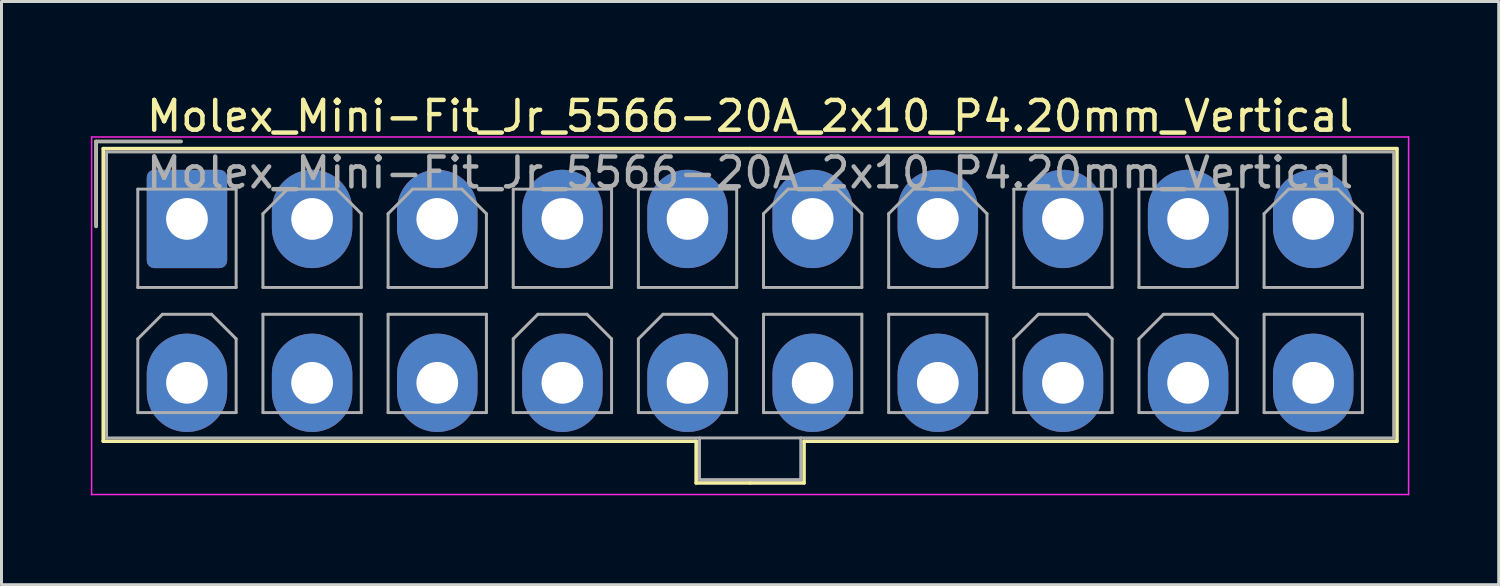
<source format=kicad_pcb>
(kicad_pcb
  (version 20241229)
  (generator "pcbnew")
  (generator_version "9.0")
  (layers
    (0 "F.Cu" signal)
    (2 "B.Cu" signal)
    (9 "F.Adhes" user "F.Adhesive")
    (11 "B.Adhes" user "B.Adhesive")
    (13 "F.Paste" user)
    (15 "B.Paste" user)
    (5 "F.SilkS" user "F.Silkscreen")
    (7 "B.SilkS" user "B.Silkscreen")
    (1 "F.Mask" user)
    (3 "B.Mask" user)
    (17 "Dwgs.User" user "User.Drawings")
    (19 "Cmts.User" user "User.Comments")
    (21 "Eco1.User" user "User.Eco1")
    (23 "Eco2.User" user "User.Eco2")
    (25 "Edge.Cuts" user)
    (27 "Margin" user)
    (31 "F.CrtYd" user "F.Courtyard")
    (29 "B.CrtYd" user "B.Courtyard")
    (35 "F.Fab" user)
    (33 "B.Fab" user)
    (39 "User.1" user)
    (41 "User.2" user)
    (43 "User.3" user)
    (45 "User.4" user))
  (footprint "Molex_Mini-Fit_Jr_5566-20A_2x10_P4.20mm_Vertical"
    (layer "F.Cu")
    (at 3.225 4.298)
    (property "Reference" "Molex_Mini-Fit_Jr_5566-20A_2x10_P4.20mm_Vertical" (at 18.9 -3.45 0) (layer "F.SilkS") (effects (font (size 1 1) (thickness 0.15))))
    (attr through_hole)
    (fp_line (start -3.05 -2.6) (end -3.05 0.25) (stroke (width 0.12) (type solid)) (layer "F.SilkS"))
    (fp_line (start -2.81 -2.36) (end -2.81 7.46) (stroke (width 0.12) (type solid)) (layer "F.SilkS"))
    (fp_line (start -2.81 7.46) (end 17.09 7.46) (stroke (width 0.12) (type solid)) (layer "F.SilkS"))
    (fp_line (start -0.2 -2.6) (end -3.05 -2.6) (stroke (width 0.12) (type solid)) (layer "F.SilkS"))
    (fp_line (start 17.09 7.46) (end 17.09 8.86) (stroke (width 0.12) (type solid)) (layer "F.SilkS"))
    (fp_line (start 17.09 8.86) (end 18.9 8.86) (stroke (width 0.12) (type solid)) (layer "F.SilkS"))
    (fp_line (start 18.9 -2.36) (end -2.81 -2.36) (stroke (width 0.12) (type solid)) (layer "F.SilkS"))
    (fp_line (start 18.9 -2.36) (end 40.61 -2.36) (stroke (width 0.12) (type solid)) (layer "F.SilkS"))
    (fp_line (start 20.71 7.46) (end 20.71 8.86) (stroke (width 0.12) (type solid)) (layer "F.SilkS"))
    (fp_line (start 20.71 8.86) (end 18.9 8.86) (stroke (width 0.12) (type solid)) (layer "F.SilkS"))
    (fp_line (start 40.61 -2.36) (end 40.61 7.46) (stroke (width 0.12) (type solid)) (layer "F.SilkS"))
    (fp_line (start 40.61 7.46) (end 20.71 7.46) (stroke (width 0.12) (type solid)) (layer "F.SilkS"))
    (fp_line (start -3.2 -2.75) (end -3.2 9.25) (stroke (width 0.05) (type solid)) (layer "F.CrtYd"))
    (fp_line (start -3.2 9.25) (end 41 9.25) (stroke (width 0.05) (type solid)) (layer "F.CrtYd"))
    (fp_line (start 41 -2.75) (end -3.2 -2.75) (stroke (width 0.05) (type solid)) (layer "F.CrtYd"))
    (fp_line (start 41 9.25) (end 41 -2.75) (stroke (width 0.05) (type solid)) (layer "F.CrtYd"))
    (fp_line (start -3.05 -2.6) (end -3.05 0.25) (stroke (width 0.1) (type solid)) (layer "F.Fab"))
    (fp_line (start -2.7 -2.25) (end -2.7 7.35) (stroke (width 0.1) (type solid)) (layer "F.Fab"))
    (fp_line (start -2.7 7.35) (end 40.5 7.35) (stroke (width 0.1) (type solid)) (layer "F.Fab"))
    (fp_line (start -1.65 -1) (end -1.65 2.3) (stroke (width 0.1) (type solid)) (layer "F.Fab"))
    (fp_line (start -1.65 2.3) (end 1.65 2.3) (stroke (width 0.1) (type solid)) (layer "F.Fab"))
    (fp_line (start -1.65 4.025) (end -0.825 3.2) (stroke (width 0.1) (type solid)) (layer "F.Fab"))
    (fp_line (start -1.65 6.5) (end -1.65 4.025) (stroke (width 0.1) (type solid)) (layer "F.Fab"))
    (fp_line (start -0.825 3.2) (end 0.825 3.2) (stroke (width 0.1) (type solid)) (layer "F.Fab"))
    (fp_line (start -0.2 -2.6) (end -3.05 -2.6) (stroke (width 0.1) (type solid)) (layer "F.Fab"))
    (fp_line (start 0.825 3.2) (end 1.65 4.025) (stroke (width 0.1) (type solid)) (layer "F.Fab"))
    (fp_line (start 1.65 -1) (end -1.65 -1) (stroke (width 0.1) (type solid)) (layer "F.Fab"))
    (fp_line (start 1.65 2.3) (end 1.65 -1) (stroke (width 0.1) (type solid)) (layer "F.Fab"))
    (fp_line (start 1.65 4.025) (end 1.65 6.5) (stroke (width 0.1) (type solid)) (layer "F.Fab"))
    (fp_line (start 1.65 6.5) (end -1.65 6.5) (stroke (width 0.1) (type solid)) (layer "F.Fab"))
    (fp_line (start 2.55 -0.175) (end 3.375 -1) (stroke (width 0.1) (type solid)) (layer "F.Fab"))
    (fp_line (start 2.55 2.3) (end 2.55 -0.175) (stroke (width 0.1) (type solid)) (layer "F.Fab"))
    (fp_line (start 2.55 3.2) (end 2.55 6.5) (stroke (width 0.1) (type solid)) (layer "F.Fab"))
    (fp_line (start 2.55 6.5) (end 5.85 6.5) (stroke (width 0.1) (type solid)) (layer "F.Fab"))
    (fp_line (start 3.375 -1) (end 5.025 -1) (stroke (width 0.1) (type solid)) (layer "F.Fab"))
    (fp_line (start 5.025 -1) (end 5.85 -0.175) (stroke (width 0.1) (type solid)) (layer "F.Fab"))
    (fp_line (start 5.85 -0.175) (end 5.85 2.3) (stroke (width 0.1) (type solid)) (layer "F.Fab"))
    (fp_line (start 5.85 2.3) (end 2.55 2.3) (stroke (width 0.1) (type solid)) (layer "F.Fab"))
    (fp_line (start 5.85 3.2) (end 2.55 3.2) (stroke (width 0.1) (type solid)) (layer "F.Fab"))
    (fp_line (start 5.85 6.5) (end 5.85 3.2) (stroke (width 0.1) (type solid)) (layer "F.Fab"))
    (fp_line (start 6.75 -0.175) (end 7.575 -1) (stroke (width 0.1) (type solid)) (layer "F.Fab"))
    (fp_line (start 6.75 2.3) (end 6.75 -0.175) (stroke (width 0.1) (type solid)) (layer "F.Fab"))
    (fp_line (start 6.75 3.2) (end 6.75 6.5) (stroke (width 0.1) (type solid)) (layer "F.Fab"))
    (fp_line (start 6.75 6.5) (end 10.05 6.5) (stroke (width 0.1) (type solid)) (layer "F.Fab"))
    (fp_line (start 7.575 -1) (end 9.225 -1) (stroke (width 0.1) (type solid)) (layer "F.Fab"))
    (fp_line (start 9.225 -1) (end 10.05 -0.175) (stroke (width 0.1) (type solid)) (layer "F.Fab"))
    (fp_line (start 10.05 -0.175) (end 10.05 2.3) (stroke (width 0.1) (type solid)) (layer "F.Fab"))
    (fp_line (start 10.05 2.3) (end 6.75 2.3) (stroke (width 0.1) (type solid)) (layer "F.Fab"))
    (fp_line (start 10.05 3.2) (end 6.75 3.2) (stroke (width 0.1) (type solid)) (layer "F.Fab"))
    (fp_line (start 10.05 6.5) (end 10.05 3.2) (stroke (width 0.1) (type solid)) (layer "F.Fab"))
    (fp_line (start 10.95 -1) (end 10.95 2.3) (stroke (width 0.1) (type solid)) (layer "F.Fab"))
    (fp_line (start 10.95 2.3) (end 14.25 2.3) (stroke (width 0.1) (type solid)) (layer "F.Fab"))
    (fp_line (start 10.95 4.025) (end 11.775 3.2) (stroke (width 0.1) (type solid)) (layer "F.Fab"))
    (fp_line (start 10.95 6.5) (end 10.95 4.025) (stroke (width 0.1) (type solid)) (layer "F.Fab"))
    (fp_line (start 11.775 3.2) (end 13.425 3.2) (stroke (width 0.1) (type solid)) (layer "F.Fab"))
    (fp_line (start 13.425 3.2) (end 14.25 4.025) (stroke (width 0.1) (type solid)) (layer "F.Fab"))
    (fp_line (start 14.25 -1) (end 10.95 -1) (stroke (width 0.1) (type solid)) (layer "F.Fab"))
    (fp_line (start 14.25 2.3) (end 14.25 -1) (stroke (width 0.1) (type solid)) (layer "F.Fab"))
    (fp_line (start 14.25 4.025) (end 14.25 6.5) (stroke (width 0.1) (type solid)) (layer "F.Fab"))
    (fp_line (start 14.25 6.5) (end 10.95 6.5) (stroke (width 0.1) (type solid)) (layer "F.Fab"))
    (fp_line (start 15.15 -1) (end 15.15 2.3) (stroke (width 0.1) (type solid)) (layer "F.Fab"))
    (fp_line (start 15.15 2.3) (end 18.45 2.3) (stroke (width 0.1) (type solid)) (layer "F.Fab"))
    (fp_line (start 15.15 4.025) (end 15.975 3.2) (stroke (width 0.1) (type solid)) (layer "F.Fab"))
    (fp_line (start 15.15 6.5) (end 15.15 4.025) (stroke (width 0.1) (type solid)) (layer "F.Fab"))
    (fp_line (start 15.975 3.2) (end 17.625 3.2) (stroke (width 0.1) (type solid)) (layer "F.Fab"))
    (fp_line (start 17.2 7.35) (end 17.2 8.75) (stroke (width 0.1) (type solid)) (layer "F.Fab"))
    (fp_line (start 17.2 8.75) (end 20.6 8.75) (stroke (width 0.1) (type solid)) (layer "F.Fab"))
    (fp_line (start 17.625 3.2) (end 18.45 4.025) (stroke (width 0.1) (type solid)) (layer "F.Fab"))
    (fp_line (start 18.45 -1) (end 15.15 -1) (stroke (width 0.1) (type solid)) (layer "F.Fab"))
    (fp_line (start 18.45 2.3) (end 18.45 -1) (stroke (width 0.1) (type solid)) (layer "F.Fab"))
    (fp_line (start 18.45 4.025) (end 18.45 6.5) (stroke (width 0.1) (type solid)) (layer "F.Fab"))
    (fp_line (start 18.45 6.5) (end 15.15 6.5) (stroke (width 0.1) (type solid)) (layer "F.Fab"))
    (fp_line (start 19.35 -0.175) (end 20.175 -1) (stroke (width 0.1) (type solid)) (layer "F.Fab"))
    (fp_line (start 19.35 2.3) (end 19.35 -0.175) (stroke (width 0.1) (type solid)) (layer "F.Fab"))
    (fp_line (start 19.35 3.2) (end 19.35 6.5) (stroke (width 0.1) (type solid)) (layer "F.Fab"))
    (fp_line (start 19.35 6.5) (end 22.65 6.5) (stroke (width 0.1) (type solid)) (layer "F.Fab"))
    (fp_line (start 20.175 -1) (end 21.825 -1) (stroke (width 0.1) (type solid)) (layer "F.Fab"))
    (fp_line (start 20.6 8.75) (end 20.6 7.35) (stroke (width 0.1) (type solid)) (layer "F.Fab"))
    (fp_line (start 21.825 -1) (end 22.65 -0.175) (stroke (width 0.1) (type solid)) (layer "F.Fab"))
    (fp_line (start 22.65 -0.175) (end 22.65 2.3) (stroke (width 0.1) (type solid)) (layer "F.Fab"))
    (fp_line (start 22.65 2.3) (end 19.35 2.3) (stroke (width 0.1) (type solid)) (layer "F.Fab"))
    (fp_line (start 22.65 3.2) (end 19.35 3.2) (stroke (width 0.1) (type solid)) (layer "F.Fab"))
    (fp_line (start 22.65 6.5) (end 22.65 3.2) (stroke (width 0.1) (type solid)) (layer "F.Fab"))
    (fp_line (start 23.55 -0.175) (end 24.375 -1) (stroke (width 0.1) (type solid)) (layer "F.Fab"))
    (fp_line (start 23.55 2.3) (end 23.55 -0.175) (stroke (width 0.1) (type solid)) (layer "F.Fab"))
    (fp_line (start 23.55 3.2) (end 23.55 6.5) (stroke (width 0.1) (type solid)) (layer "F.Fab"))
    (fp_line (start 23.55 6.5) (end 26.85 6.5) (stroke (width 0.1) (type solid)) (layer "F.Fab"))
    (fp_line (start 24.375 -1) (end 26.025 -1) (stroke (width 0.1) (type solid)) (layer "F.Fab"))
    (fp_line (start 26.025 -1) (end 26.85 -0.175) (stroke (width 0.1) (type solid)) (layer "F.Fab"))
    (fp_line (start 26.85 -0.175) (end 26.85 2.3) (stroke (width 0.1) (type solid)) (layer "F.Fab"))
    (fp_line (start 26.85 2.3) (end 23.55 2.3) (stroke (width 0.1) (type solid)) (layer "F.Fab"))
    (fp_line (start 26.85 3.2) (end 23.55 3.2) (stroke (width 0.1) (type solid)) (layer "F.Fab"))
    (fp_line (start 26.85 6.5) (end 26.85 3.2) (stroke (width 0.1) (type solid)) (layer "F.Fab"))
    (fp_line (start 27.75 -1) (end 27.75 2.3) (stroke (width 0.1) (type solid)) (layer "F.Fab"))
    (fp_line (start 27.75 2.3) (end 31.05 2.3) (stroke (width 0.1) (type solid)) (layer "F.Fab"))
    (fp_line (start 27.75 4.025) (end 28.575 3.2) (stroke (width 0.1) (type solid)) (layer "F.Fab"))
    (fp_line (start 27.75 6.5) (end 27.75 4.025) (stroke (width 0.1) (type solid)) (layer "F.Fab"))
    (fp_line (start 28.575 3.2) (end 30.225 3.2) (stroke (width 0.1) (type solid)) (layer "F.Fab"))
    (fp_line (start 30.225 3.2) (end 31.05 4.025) (stroke (width 0.1) (type solid)) (layer "F.Fab"))
    (fp_line (start 31.05 -1) (end 27.75 -1) (stroke (width 0.1) (type solid)) (layer "F.Fab"))
    (fp_line (start 31.05 2.3) (end 31.05 -1) (stroke (width 0.1) (type solid)) (layer "F.Fab"))
    (fp_line (start 31.05 4.025) (end 31.05 6.5) (stroke (width 0.1) (type solid)) (layer "F.Fab"))
    (fp_line (start 31.05 6.5) (end 27.75 6.5) (stroke (width 0.1) (type solid)) (layer "F.Fab"))
    (fp_line (start 31.95 -1) (end 31.95 2.3) (stroke (width 0.1) (type solid)) (layer "F.Fab"))
    (fp_line (start 31.95 2.3) (end 35.25 2.3) (stroke (width 0.1) (type solid)) (layer "F.Fab"))
    (fp_line (start 31.95 4.025) (end 32.775 3.2) (stroke (width 0.1) (type solid)) (layer "F.Fab"))
    (fp_line (start 31.95 6.5) (end 31.95 4.025) (stroke (width 0.1) (type solid)) (layer "F.Fab"))
    (fp_line (start 32.775 3.2) (end 34.425 3.2) (stroke (width 0.1) (type solid)) (layer "F.Fab"))
    (fp_line (start 34.425 3.2) (end 35.25 4.025) (stroke (width 0.1) (type solid)) (layer "F.Fab"))
    (fp_line (start 35.25 -1) (end 31.95 -1) (stroke (width 0.1) (type solid)) (layer "F.Fab"))
    (fp_line (start 35.25 2.3) (end 35.25 -1) (stroke (width 0.1) (type solid)) (layer "F.Fab"))
    (fp_line (start 35.25 4.025) (end 35.25 6.5) (stroke (width 0.1) (type solid)) (layer "F.Fab"))
    (fp_line (start 35.25 6.5) (end 31.95 6.5) (stroke (width 0.1) (type solid)) (layer "F.Fab"))
    (fp_line (start 36.15 -0.175) (end 36.975 -1) (stroke (width 0.1) (type solid)) (layer "F.Fab"))
    (fp_line (start 36.15 2.3) (end 36.15 -0.175) (stroke (width 0.1) (type solid)) (layer "F.Fab"))
    (fp_line (start 36.15 3.2) (end 36.15 6.5) (stroke (width 0.1) (type solid)) (layer "F.Fab"))
    (fp_line (start 36.15 6.5) (end 39.45 6.5) (stroke (width 0.1) (type solid)) (layer "F.Fab"))
    (fp_line (start 36.975 -1) (end 38.625 -1) (stroke (width 0.1) (type solid)) (layer "F.Fab"))
    (fp_line (start 38.625 -1) (end 39.45 -0.175) (stroke (width 0.1) (type solid)) (layer "F.Fab"))
    (fp_line (start 39.45 -0.175) (end 39.45 2.3) (stroke (width 0.1) (type solid)) (layer "F.Fab"))
    (fp_line (start 39.45 2.3) (end 36.15 2.3) (stroke (width 0.1) (type solid)) (layer "F.Fab"))
    (fp_line (start 39.45 3.2) (end 36.15 3.2) (stroke (width 0.1) (type solid)) (layer "F.Fab"))
    (fp_line (start 39.45 6.5) (end 39.45 3.2) (stroke (width 0.1) (type solid)) (layer "F.Fab"))
    (fp_line (start 40.5 -2.25) (end -2.7 -2.25) (stroke (width 0.1) (type solid)) (layer "F.Fab"))
    (fp_line (start 40.5 7.35) (end 40.5 -2.25) (stroke (width 0.1) (type solid)) (layer "F.Fab"))
    (fp_text user "${REFERENCE}" (at 18.9 -1.55 0) (layer "F.Fab") (effects (font (size 1 1) (thickness 0.15))))
    (pad "1" thru_hole roundrect (at 0 0) (size 2.7 3.3) (drill 1.4) (layers "*.Cu" "*.Mask") (roundrect_rratio 0.093))
    (pad "2" thru_hole oval (at 4.2 0) (size 2.7 3.3) (drill 1.4) (layers "*.Cu" "*.Mask"))
    (pad "3" thru_hole oval (at 8.4 0) (size 2.7 3.3) (drill 1.4) (layers "*.Cu" "*.Mask"))
    (pad "4" thru_hole oval (at 12.6 0) (size 2.7 3.3) (drill 1.4) (layers "*.Cu" "*.Mask"))
    (pad "5" thru_hole oval (at 16.8 0) (size 2.7 3.3) (drill 1.4) (layers "*.Cu" "*.Mask"))
    (pad "6" thru_hole oval (at 21 0) (size 2.7 3.3) (drill 1.4) (layers "*.Cu" "*.Mask"))
    (pad "7" thru_hole oval (at 25.2 0) (size 2.7 3.3) (drill 1.4) (layers "*.Cu" "*.Mask"))
    (pad "8" thru_hole oval (at 29.4 0) (size 2.7 3.3) (drill 1.4) (layers "*.Cu" "*.Mask"))
    (pad "9" thru_hole oval (at 33.6 0) (size 2.7 3.3) (drill 1.4) (layers "*.Cu" "*.Mask"))
    (pad "10" thru_hole oval (at 37.8 0) (size 2.7 3.3) (drill 1.4) (layers "*.Cu" "*.Mask"))
    (pad "11" thru_hole oval (at 0 5.5) (size 2.7 3.3) (drill 1.4) (layers "*.Cu" "*.Mask"))
    (pad "12" thru_hole oval (at 4.2 5.5) (size 2.7 3.3) (drill 1.4) (layers "*.Cu" "*.Mask"))
    (pad "13" thru_hole oval (at 8.4 5.5) (size 2.7 3.3) (drill 1.4) (layers "*.Cu" "*.Mask"))
    (pad "14" thru_hole oval (at 12.6 5.5) (size 2.7 3.3) (drill 1.4) (layers "*.Cu" "*.Mask"))
    (pad "15" thru_hole oval (at 16.8 5.5) (size 2.7 3.3) (drill 1.4) (layers "*.Cu" "*.Mask"))
    (pad "16" thru_hole oval (at 21 5.5) (size 2.7 3.3) (drill 1.4) (layers "*.Cu" "*.Mask"))
    (pad "17" thru_hole oval (at 25.2 5.5) (size 2.7 3.3) (drill 1.4) (layers "*.Cu" "*.Mask"))
    (pad "18" thru_hole oval (at 29.4 5.5) (size 2.7 3.3) (drill 1.4) (layers "*.Cu" "*.Mask"))
    (pad "19" thru_hole oval (at 33.6 5.5) (size 2.7 3.3) (drill 1.4) (layers "*.Cu" "*.Mask"))
    (pad "20" thru_hole oval (at 37.8 5.5) (size 2.7 3.3) (drill 1.4) (layers "*.Cu" "*.Mask")))
  (gr_rect
    (start -3 -3)
    (end 47.25 16.573)
    (stroke (width 0.1) (type default))
    (fill no)
    (layer "Edge.Cuts")))
</source>
